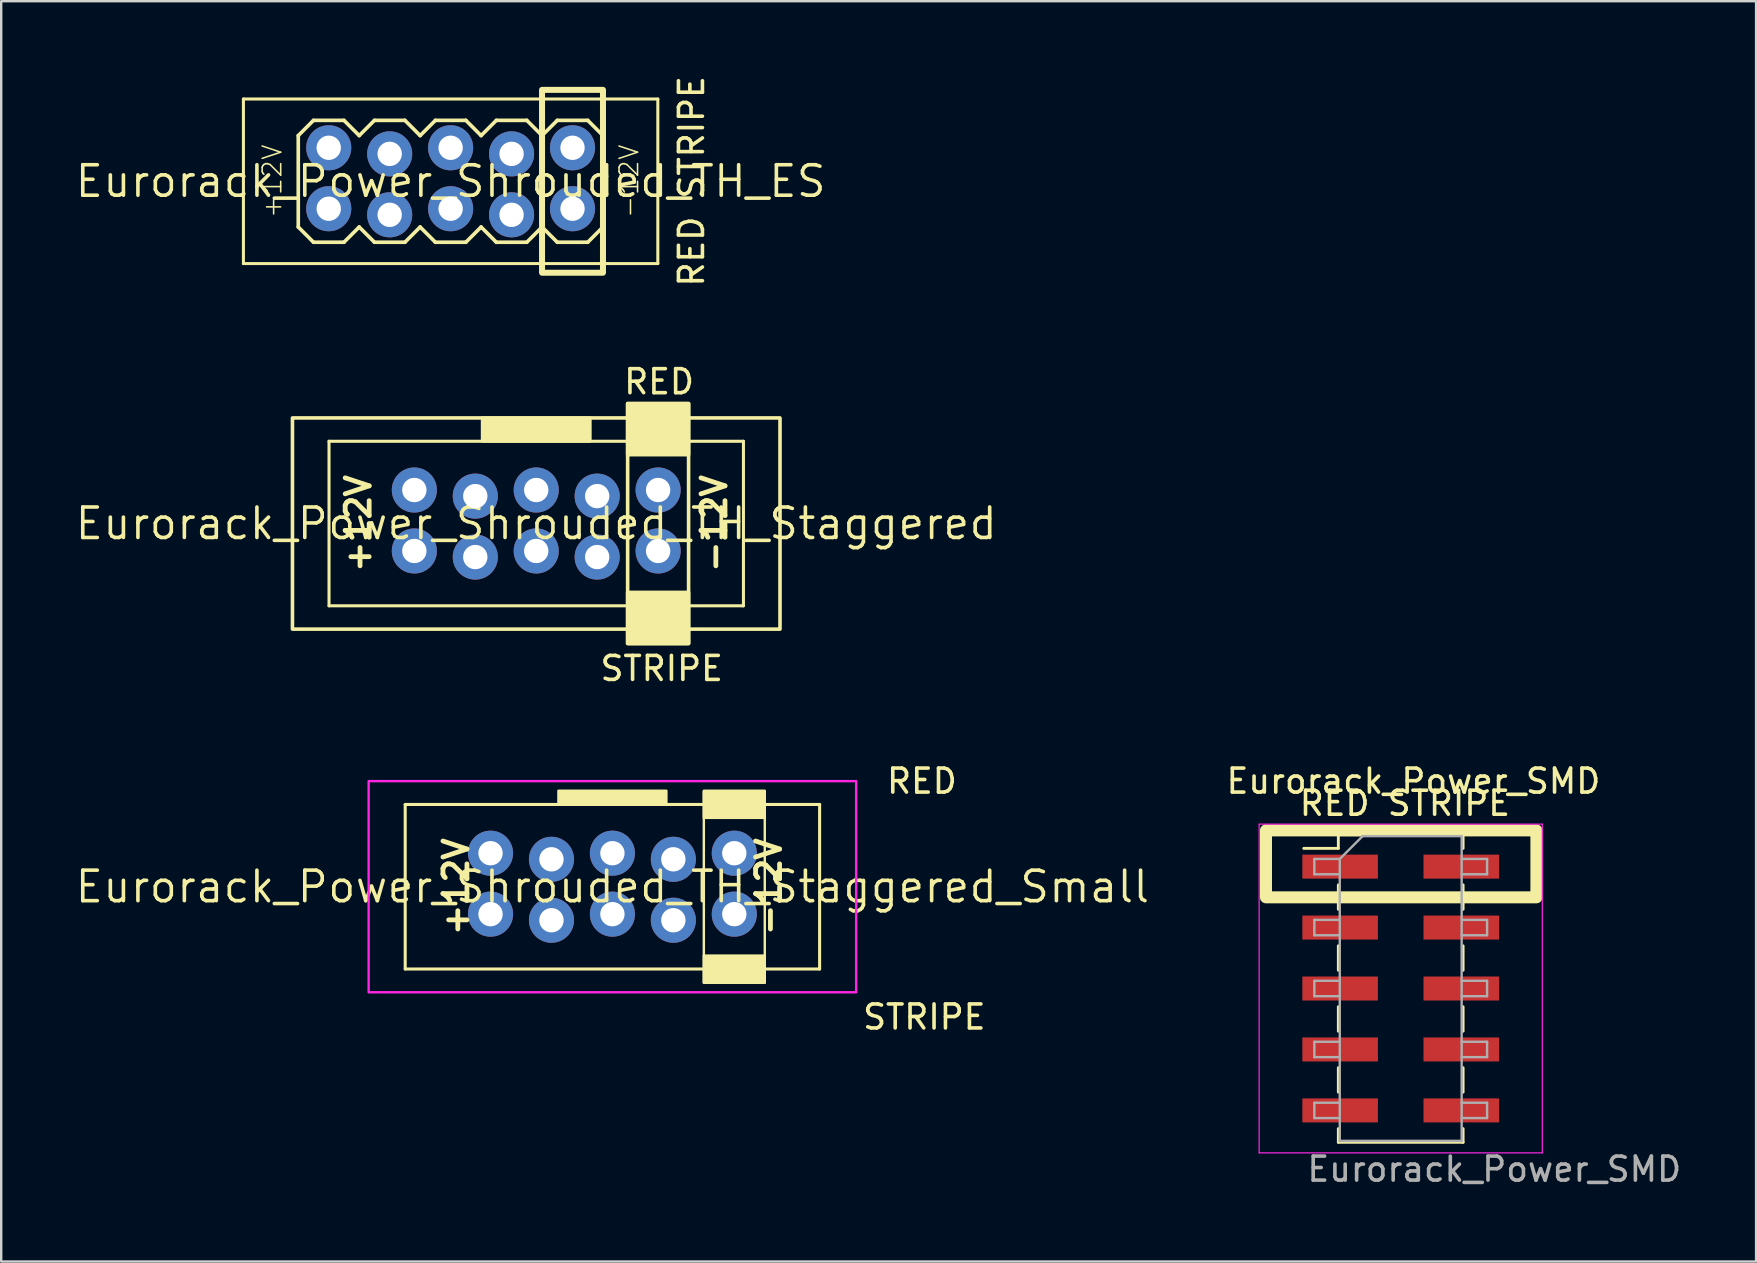
<source format=kicad_pcb>
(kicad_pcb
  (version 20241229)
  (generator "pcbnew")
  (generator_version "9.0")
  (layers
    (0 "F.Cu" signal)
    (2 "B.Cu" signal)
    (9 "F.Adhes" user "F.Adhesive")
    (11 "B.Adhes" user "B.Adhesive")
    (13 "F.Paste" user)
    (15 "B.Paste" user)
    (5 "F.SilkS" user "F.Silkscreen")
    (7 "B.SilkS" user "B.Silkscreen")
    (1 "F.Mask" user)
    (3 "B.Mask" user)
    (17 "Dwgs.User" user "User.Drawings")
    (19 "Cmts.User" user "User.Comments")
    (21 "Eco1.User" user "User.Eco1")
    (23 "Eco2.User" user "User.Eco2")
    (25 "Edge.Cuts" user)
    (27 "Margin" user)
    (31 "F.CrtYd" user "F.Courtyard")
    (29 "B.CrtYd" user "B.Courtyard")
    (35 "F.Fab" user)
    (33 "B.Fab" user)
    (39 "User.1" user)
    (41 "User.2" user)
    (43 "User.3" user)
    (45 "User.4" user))
  (footprint "Eurorack_Power_Shrouded_TH_Staggered"
    (layer "F.Cu")
    (at 19.299 18.77)
    (property "Reference" "Eurorack_Power_Shrouded_TH_Staggered" (at 0 0 0) (layer "F.SilkS") (effects (font (size 1.27 1.27) (thickness 0.15))))
    (attr through_hole)
    (fp_line (start -8.636 -3.429) (end 8.636 -3.429) (stroke (width 0.127) (type solid)) (layer "F.SilkS"))
    (fp_line (start -8.636 3.429) (end -8.636 -3.429) (stroke (width 0.127) (type solid)) (layer "F.SilkS"))
    (fp_line (start 8.636 -3.429) (end 8.636 3.429) (stroke (width 0.127) (type solid)) (layer "F.SilkS"))
    (fp_line (start 8.636 3.429) (end -8.636 3.429) (stroke (width 0.127) (type solid)) (layer "F.SilkS"))
    (fp_rect (start -10.16 -4.4) (end 10.16 4.4) (stroke (width 0.15) (type default)) (fill no) (layer "F.SilkS"))
    (fp_rect (start -2.25 -4.409) (end 2.25 -3.429) (stroke (width 0.12) (type solid)) (fill yes) (layer "F.SilkS"))
    (fp_rect (start 3.81 -5) (end 6.35 -2.87) (stroke (width 0.15) (type default)) (fill yes) (layer "F.SilkS"))
    (fp_rect (start 3.81 -5) (end 6.35 5) (stroke (width 0.15) (type default)) (fill no) (layer "F.SilkS"))
    (fp_rect (start 3.81 2.87) (end 6.35 5) (stroke (width 0.15) (type default)) (fill yes) (layer "F.SilkS"))
    (fp_text user "+12V" (at -8 0 270) (layer "F.SilkS") (effects (font (size 1 1) (thickness 0.2) (bold yes)) (justify top)))
    (fp_text user "RED" (at 5.12 -5.91 0) (layer "F.SilkS") (effects (font (size 1 1) (thickness 0.15))))
    (fp_text user "-12V" (at 8 0 270) (layer "F.SilkS") (effects (font (size 1 1) (thickness 0.2) (bold yes)) (justify bottom)))
    (fp_text user "STRIPE" (at 5.23 6.04 180) (layer "F.SilkS") (effects (font (size 1 1) (thickness 0.15))))
    (pad "1" thru_hole circle (at 5.08 -1.397) (size 1.88 1.88) (drill 1.016) (layers "*.Cu" "*.Mask"))
    (pad "2" thru_hole circle (at 5.08 1.143) (size 1.88 1.88) (drill 1.016) (layers "*.Cu" "*.Mask"))
    (pad "3" thru_hole circle (at 2.54 -1.143) (size 1.88 1.88) (drill 1.016) (layers "*.Cu" "*.Mask"))
    (pad "4" thru_hole circle (at 2.54 1.397) (size 1.88 1.88) (drill 1.016) (layers "*.Cu" "*.Mask"))
    (pad "5" thru_hole circle (at 0 -1.397) (size 1.88 1.88) (drill 1.016) (layers "*.Cu" "*.Mask"))
    (pad "6" thru_hole circle (at 0 1.143) (size 1.88 1.88) (drill 1.016) (layers "*.Cu" "*.Mask"))
    (pad "7" thru_hole circle (at -2.54 -1.143) (size 1.88 1.88) (drill 1.016) (layers "*.Cu" "*.Mask"))
    (pad "8" thru_hole circle (at -2.54 1.397) (size 1.88 1.88) (drill 1.016) (layers "*.Cu" "*.Mask"))
    (pad "9" thru_hole circle (at -5.08 -1.397) (size 1.88 1.88) (drill 1.016) (layers "*.Cu" "*.Mask"))
    (pad "10" thru_hole circle (at -5.08 1.143) (size 1.88 1.88) (drill 1.016) (layers "*.Cu" "*.Mask")))
  (footprint "Eurorack_Power_SMD"
    (layer "F.Cu")
    (at 55.329 38.149)
    (property "Reference" "Eurorack_Power_SMD" (at 0.53 -8.642 180) (layer "F.SilkS") (effects (font (size 1 1) (thickness 0.15))))
    (attr smd)
    (fp_line (start -4.04 -5.84) (end -2.6 -5.84) (stroke (width 0.12) (type solid)) (layer "F.SilkS"))
    (fp_line (start -2.6 -6.41) (end -2.6 -5.84) (stroke (width 0.12) (type solid)) (layer "F.SilkS"))
    (fp_line (start -2.6 -6.41) (end 2.6 -6.41) (stroke (width 0.12) (type solid)) (layer "F.SilkS"))
    (fp_line (start -2.6 -4.32) (end -2.6 -3.3) (stroke (width 0.12) (type solid)) (layer "F.SilkS"))
    (fp_line (start -2.6 -1.78) (end -2.6 -0.76) (stroke (width 0.12) (type solid)) (layer "F.SilkS"))
    (fp_line (start -2.6 0.76) (end -2.6 1.78) (stroke (width 0.12) (type solid)) (layer "F.SilkS"))
    (fp_line (start -2.6 3.3) (end -2.6 4.32) (stroke (width 0.12) (type solid)) (layer "F.SilkS"))
    (fp_line (start -2.6 5.84) (end -2.6 6.41) (stroke (width 0.12) (type solid)) (layer "F.SilkS"))
    (fp_line (start -2.6 6.41) (end 2.6 6.41) (stroke (width 0.12) (type solid)) (layer "F.SilkS"))
    (fp_line (start 2.6 -6.41) (end 2.6 -5.84) (stroke (width 0.12) (type solid)) (layer "F.SilkS"))
    (fp_line (start 2.6 -4.32) (end 2.6 -3.3) (stroke (width 0.12) (type solid)) (layer "F.SilkS"))
    (fp_line (start 2.6 -1.78) (end 2.6 -0.76) (stroke (width 0.12) (type solid)) (layer "F.SilkS"))
    (fp_line (start 2.6 0.76) (end 2.6 1.78) (stroke (width 0.12) (type solid)) (layer "F.SilkS"))
    (fp_line (start 2.6 3.3) (end 2.6 4.32) (stroke (width 0.12) (type solid)) (layer "F.SilkS"))
    (fp_line (start 2.6 5.84) (end 2.6 6.41) (stroke (width 0.12) (type solid)) (layer "F.SilkS"))
    (fp_rect (start -5.615 -6.59) (end 5.655 -3.8) (stroke (width 0.5) (type solid)) (fill no) (layer "F.SilkS"))
    (fp_line (start -5.9 -6.85) (end -5.9 6.85) (stroke (width 0.05) (type solid)) (layer "F.CrtYd"))
    (fp_line (start -5.9 6.85) (end 5.9 6.85) (stroke (width 0.05) (type solid)) (layer "F.CrtYd"))
    (fp_line (start 5.9 -6.85) (end -5.9 -6.85) (stroke (width 0.05) (type solid)) (layer "F.CrtYd"))
    (fp_line (start 5.9 6.85) (end 5.9 -6.85) (stroke (width 0.05) (type solid)) (layer "F.CrtYd"))
    (fp_line (start -3.6 -5.4) (end -3.6 -4.76) (stroke (width 0.1) (type solid)) (layer "F.Fab"))
    (fp_line (start -3.6 -4.76) (end -2.54 -4.76) (stroke (width 0.1) (type solid)) (layer "F.Fab"))
    (fp_line (start -3.6 -2.86) (end -3.6 -2.22) (stroke (width 0.1) (type solid)) (layer "F.Fab"))
    (fp_line (start -3.6 -2.22) (end -2.54 -2.22) (stroke (width 0.1) (type solid)) (layer "F.Fab"))
    (fp_line (start -3.6 -0.32) (end -3.6 0.32) (stroke (width 0.1) (type solid)) (layer "F.Fab"))
    (fp_line (start -3.6 0.32) (end -2.54 0.32) (stroke (width 0.1) (type solid)) (layer "F.Fab"))
    (fp_line (start -3.6 2.22) (end -3.6 2.86) (stroke (width 0.1) (type solid)) (layer "F.Fab"))
    (fp_line (start -3.6 2.86) (end -2.54 2.86) (stroke (width 0.1) (type solid)) (layer "F.Fab"))
    (fp_line (start -3.6 4.76) (end -3.6 5.4) (stroke (width 0.1) (type solid)) (layer "F.Fab"))
    (fp_line (start -3.6 5.4) (end -2.54 5.4) (stroke (width 0.1) (type solid)) (layer "F.Fab"))
    (fp_line (start -2.54 -5.4) (end -3.6 -5.4) (stroke (width 0.1) (type solid)) (layer "F.Fab"))
    (fp_line (start -2.54 -5.4) (end -1.59 -6.35) (stroke (width 0.1) (type solid)) (layer "F.Fab"))
    (fp_line (start -2.54 -2.86) (end -3.6 -2.86) (stroke (width 0.1) (type solid)) (layer "F.Fab"))
    (fp_line (start -2.54 -0.32) (end -3.6 -0.32) (stroke (width 0.1) (type solid)) (layer "F.Fab"))
    (fp_line (start -2.54 2.22) (end -3.6 2.22) (stroke (width 0.1) (type solid)) (layer "F.Fab"))
    (fp_line (start -2.54 4.76) (end -3.6 4.76) (stroke (width 0.1) (type solid)) (layer "F.Fab"))
    (fp_line (start -2.54 6.35) (end -2.54 -5.4) (stroke (width 0.1) (type solid)) (layer "F.Fab"))
    (fp_line (start -1.59 -6.35) (end 2.54 -6.35) (stroke (width 0.1) (type solid)) (layer "F.Fab"))
    (fp_line (start 2.54 -6.35) (end 2.54 6.35) (stroke (width 0.1) (type solid)) (layer "F.Fab"))
    (fp_line (start 2.54 -5.4) (end 3.6 -5.4) (stroke (width 0.1) (type solid)) (layer "F.Fab"))
    (fp_line (start 2.54 -2.86) (end 3.6 -2.86) (stroke (width 0.1) (type solid)) (layer "F.Fab"))
    (fp_line (start 2.54 -0.32) (end 3.6 -0.32) (stroke (width 0.1) (type solid)) (layer "F.Fab"))
    (fp_line (start 2.54 2.22) (end 3.6 2.22) (stroke (width 0.1) (type solid)) (layer "F.Fab"))
    (fp_line (start 2.54 4.76) (end 3.6 4.76) (stroke (width 0.1) (type solid)) (layer "F.Fab"))
    (fp_line (start 2.54 6.35) (end -2.54 6.35) (stroke (width 0.1) (type solid)) (layer "F.Fab"))
    (fp_line (start 3.6 -5.4) (end 3.6 -4.76) (stroke (width 0.1) (type solid)) (layer "F.Fab"))
    (fp_line (start 3.6 -4.76) (end 2.54 -4.76) (stroke (width 0.1) (type solid)) (layer "F.Fab"))
    (fp_line (start 3.6 -2.86) (end 3.6 -2.22) (stroke (width 0.1) (type solid)) (layer "F.Fab"))
    (fp_line (start 3.6 -2.22) (end 2.54 -2.22) (stroke (width 0.1) (type solid)) (layer "F.Fab"))
    (fp_line (start 3.6 -0.32) (end 3.6 0.32) (stroke (width 0.1) (type solid)) (layer "F.Fab"))
    (fp_line (start 3.6 0.32) (end 2.54 0.32) (stroke (width 0.1) (type solid)) (layer "F.Fab"))
    (fp_line (start 3.6 2.22) (end 3.6 2.86) (stroke (width 0.1) (type solid)) (layer "F.Fab"))
    (fp_line (start 3.6 2.86) (end 2.54 2.86) (stroke (width 0.1) (type solid)) (layer "F.Fab"))
    (fp_line (start 3.6 4.76) (end 3.6 5.4) (stroke (width 0.1) (type solid)) (layer "F.Fab"))
    (fp_line (start 3.6 5.4) (end 2.54 5.4) (stroke (width 0.1) (type solid)) (layer "F.Fab"))
    (fp_text user "RED STRIPE" (at 0.175 -7.72 180) (layer "F.SilkS") (effects (font (size 1 1) (thickness 0.15))))
    (fp_text user "${REFERENCE}" (at 3.9 7.53 0) (layer "F.Fab") (effects (font (size 1 1) (thickness 0.15))))
    (pad "1" smd rect (at -2.525 -5.08) (size 3.15 1) (layers "F.Cu" "F.Mask" "F.Paste"))
    (pad "2" smd rect (at 2.525 -5.08) (size 3.15 1) (layers "F.Cu" "F.Mask" "F.Paste"))
    (pad "3" smd rect (at -2.525 -2.54) (size 3.15 1) (layers "F.Cu" "F.Mask" "F.Paste"))
    (pad "4" smd rect (at 2.525 -2.54) (size 3.15 1) (layers "F.Cu" "F.Mask" "F.Paste"))
    (pad "5" smd rect (at -2.525 0) (size 3.15 1) (layers "F.Cu" "F.Mask" "F.Paste"))
    (pad "6" smd rect (at 2.525 0) (size 3.15 1) (layers "F.Cu" "F.Mask" "F.Paste"))
    (pad "7" smd rect (at -2.525 2.54) (size 3.15 1) (layers "F.Cu" "F.Mask" "F.Paste"))
    (pad "8" smd rect (at 2.525 2.54) (size 3.15 1) (layers "F.Cu" "F.Mask" "F.Paste"))
    (pad "9" smd rect (at -2.525 5.08) (size 3.15 1) (layers "F.Cu" "F.Mask" "F.Paste"))
    (pad "10" smd rect (at 2.525 5.08) (size 3.15 1) (layers "F.Cu" "F.Mask" "F.Paste")))
  (footprint "Eurorack_Power_Shrouded_TH_ES"
    (layer "F.Cu")
    (at 15.731 4.506)
    (property "Reference" "Eurorack_Power_Shrouded_TH_ES" (at 0 0 0) (layer "F.SilkS") (effects (font (size 1.27 1.27) (thickness 0.15))))
    (attr through_hole)
    (fp_line (start -8.636 -3.429) (end 8.636 -3.429) (stroke (width 0.127) (type solid)) (layer "F.SilkS"))
    (fp_line (start -8.636 3.429) (end -8.636 -3.429) (stroke (width 0.127) (type solid)) (layer "F.SilkS"))
    (fp_line (start -6.35 -1.905) (end -6.35 1.905) (stroke (width 0.152) (type solid)) (layer "F.SilkS"))
    (fp_line (start -6.35 1.905) (end -5.715 2.54) (stroke (width 0.152) (type solid)) (layer "F.SilkS"))
    (fp_line (start -5.715 -2.54) (end -6.35 -1.905) (stroke (width 0.152) (type solid)) (layer "F.SilkS"))
    (fp_line (start -5.715 -2.54) (end -4.445 -2.54) (stroke (width 0.152) (type solid)) (layer "F.SilkS"))
    (fp_line (start -4.445 -2.54) (end -3.81 -1.905) (stroke (width 0.152) (type solid)) (layer "F.SilkS"))
    (fp_line (start -4.445 2.54) (end -5.715 2.54) (stroke (width 0.152) (type solid)) (layer "F.SilkS"))
    (fp_line (start -3.81 -1.905) (end -3.175 -2.54) (stroke (width 0.152) (type solid)) (layer "F.SilkS"))
    (fp_line (start -3.81 1.905) (end -4.445 2.54) (stroke (width 0.152) (type solid)) (layer "F.SilkS"))
    (fp_line (start -3.175 -2.54) (end -1.905 -2.54) (stroke (width 0.152) (type solid)) (layer "F.SilkS"))
    (fp_line (start -3.175 2.54) (end -3.81 1.905) (stroke (width 0.152) (type solid)) (layer "F.SilkS"))
    (fp_line (start -1.905 -2.54) (end -1.27 -1.905) (stroke (width 0.152) (type solid)) (layer "F.SilkS"))
    (fp_line (start -1.905 2.54) (end -3.175 2.54) (stroke (width 0.152) (type solid)) (layer "F.SilkS"))
    (fp_line (start -1.27 -1.905) (end -0.635 -2.54) (stroke (width 0.152) (type solid)) (layer "F.SilkS"))
    (fp_line (start -1.27 1.905) (end -1.905 2.54) (stroke (width 0.152) (type solid)) (layer "F.SilkS"))
    (fp_line (start -0.635 -2.54) (end 0.635 -2.54) (stroke (width 0.152) (type solid)) (layer "F.SilkS"))
    (fp_line (start -0.635 2.54) (end -1.27 1.905) (stroke (width 0.152) (type solid)) (layer "F.SilkS"))
    (fp_line (start 0.635 -2.54) (end 1.27 -1.905) (stroke (width 0.152) (type solid)) (layer "F.SilkS"))
    (fp_line (start 0.635 2.54) (end -0.635 2.54) (stroke (width 0.152) (type solid)) (layer "F.SilkS"))
    (fp_line (start 1.27 1.905) (end 0.635 2.54) (stroke (width 0.152) (type solid)) (layer "F.SilkS"))
    (fp_line (start 1.27 1.905) (end 1.905 2.54) (stroke (width 0.152) (type solid)) (layer "F.SilkS"))
    (fp_line (start 1.905 -2.54) (end 1.27 -1.905) (stroke (width 0.152) (type solid)) (layer "F.SilkS"))
    (fp_line (start 1.905 -2.54) (end 3.175 -2.54) (stroke (width 0.152) (type solid)) (layer "F.SilkS"))
    (fp_line (start 3.175 -2.54) (end 3.81 -1.905) (stroke (width 0.152) (type solid)) (layer "F.SilkS"))
    (fp_line (start 3.175 2.54) (end 1.905 2.54) (stroke (width 0.152) (type solid)) (layer "F.SilkS"))
    (fp_line (start 3.81 -1.905) (end 4.445 -2.54) (stroke (width 0.152) (type solid)) (layer "F.SilkS"))
    (fp_line (start 3.81 1.905) (end 3.175 2.54) (stroke (width 0.152) (type solid)) (layer "F.SilkS"))
    (fp_line (start 4.445 -2.54) (end 5.715 -2.54) (stroke (width 0.152) (type solid)) (layer "F.SilkS"))
    (fp_line (start 4.445 2.54) (end 3.81 1.905) (stroke (width 0.152) (type solid)) (layer "F.SilkS"))
    (fp_line (start 5.715 -2.54) (end 6.35 -1.905) (stroke (width 0.152) (type solid)) (layer "F.SilkS"))
    (fp_line (start 5.715 2.54) (end 4.445 2.54) (stroke (width 0.152) (type solid)) (layer "F.SilkS"))
    (fp_line (start 6.35 -1.905) (end 6.35 1.905) (stroke (width 0.152) (type solid)) (layer "F.SilkS"))
    (fp_line (start 6.35 1.905) (end 5.715 2.54) (stroke (width 0.152) (type solid)) (layer "F.SilkS"))
    (fp_line (start 8.636 -3.429) (end 8.636 3.429) (stroke (width 0.127) (type solid)) (layer "F.SilkS"))
    (fp_line (start 8.636 3.429) (end -8.636 3.429) (stroke (width 0.127) (type solid)) (layer "F.SilkS"))
    (fp_poly (pts (xy 3.81 3.81) (xy 6.35 3.81) (xy 6.35 -3.81) (xy 3.81 -3.81)) (stroke (width 0.25) (type solid)) (fill no) (layer "F.SilkS"))
    (fp_text user "RED STRIPE" (at 10.04 0 90) (layer "F.SilkS") (effects (font (size 1 1) (thickness 0.15))))
    (fp_text user "-12V" (at 6.985 0 90) (layer "F.SilkS") (effects (font (size 0.772 0.772) (thickness 0.065)) (justify top)))
    (fp_text user "+12V" (at -6.985 0 90) (layer "F.SilkS") (effects (font (size 0.772 0.772) (thickness 0.065)) (justify bottom)))
    (pad "1" thru_hole circle (at 5.08 -1.397) (size 1.88 1.88) (drill 1.016) (layers "*.Cu" "*.Mask"))
    (pad "2" thru_hole circle (at 5.08 1.143) (size 1.88 1.88) (drill 1.016) (layers "*.Cu" "*.Mask"))
    (pad "3" thru_hole circle (at 2.54 -1.143) (size 1.88 1.88) (drill 1.016) (layers "*.Cu" "*.Mask"))
    (pad "4" thru_hole circle (at 2.54 1.397) (size 1.88 1.88) (drill 1.016) (layers "*.Cu" "*.Mask"))
    (pad "5" thru_hole circle (at 0 -1.397) (size 1.88 1.88) (drill 1.016) (layers "*.Cu" "*.Mask"))
    (pad "6" thru_hole circle (at 0 1.143) (size 1.88 1.88) (drill 1.016) (layers "*.Cu" "*.Mask"))
    (pad "7" thru_hole circle (at -2.54 -1.143) (size 1.88 1.88) (drill 1.016) (layers "*.Cu" "*.Mask"))
    (pad "8" thru_hole circle (at -2.54 1.397) (size 1.88 1.88) (drill 1.016) (layers "*.Cu" "*.Mask"))
    (pad "9" thru_hole circle (at -5.08 -1.397) (size 1.88 1.88) (drill 1.016) (layers "*.Cu" "*.Mask"))
    (pad "10" thru_hole circle (at -5.08 1.143) (size 1.88 1.88) (drill 1.016) (layers "*.Cu" "*.Mask")))
  (footprint "Eurorack_Power_Shrouded_TH_Staggered_Small"
    (layer "F.Cu")
    (at 22.474 33.907)
    (property "Reference" "Eurorack_Power_Shrouded_TH_Staggered_Small" (at 0 0 0) (layer "F.SilkS") (effects (font (size 1.27 1.27) (thickness 0.15))))
    (attr through_hole)
    (fp_line (start -8.636 -3.429) (end 8.636 -3.429) (stroke (width 0.127) (type solid)) (layer "F.SilkS"))
    (fp_line (start -8.636 3.429) (end -8.636 -3.429) (stroke (width 0.127) (type solid)) (layer "F.SilkS"))
    (fp_line (start 8.636 -3.429) (end 8.636 3.429) (stroke (width 0.127) (type solid)) (layer "F.SilkS"))
    (fp_line (start 8.636 3.429) (end -8.636 3.429) (stroke (width 0.127) (type solid)) (layer "F.SilkS"))
    (fp_rect (start -2.25 -4) (end 2.25 -3.429) (stroke (width 0.1) (type solid)) (fill yes) (layer "F.SilkS"))
    (fp_rect (start 3.81 -4) (end 6.35 -2.87) (stroke (width 0.1) (type default)) (fill yes) (layer "F.SilkS"))
    (fp_rect (start 3.81 -3.97) (end 6.35 4) (stroke (width 0.1) (type default)) (fill no) (layer "F.SilkS"))
    (fp_rect (start 3.81 2.87) (end 6.35 4) (stroke (width 0.1) (type default)) (fill yes) (layer "F.SilkS"))
    (fp_rect (start -10.16 -4.4) (end 10.16 4.4) (stroke (width 0.1) (type default)) (fill no) (layer "F.CrtYd"))
    (fp_text user "-12V" (at 7.1 0 270) (layer "F.SilkS") (effects (font (size 1 1) (thickness 0.2) (bold yes)) (justify bottom)))
    (fp_text user "+12V" (at -7.1 0 270) (layer "F.SilkS") (effects (font (size 1 1) (thickness 0.2) (bold yes)) (justify top)))
    (fp_text user "STRIPE" (at 13 5.43 180) (layer "F.SilkS") (effects (font (size 1 1) (thickness 0.15))))
    (fp_text user "RED" (at 12.9 -4.4 0) (layer "F.SilkS") (effects (font (size 1 1) (thickness 0.15))))
    (pad "1" thru_hole circle (at 5.08 -1.397) (size 1.88 1.88) (drill 1.016) (layers "*.Cu" "*.Mask"))
    (pad "2" thru_hole circle (at 5.08 1.143) (size 1.88 1.88) (drill 1.016) (layers "*.Cu" "*.Mask"))
    (pad "3" thru_hole circle (at 2.54 -1.143) (size 1.88 1.88) (drill 1.016) (layers "*.Cu" "*.Mask"))
    (pad "4" thru_hole circle (at 2.54 1.397) (size 1.88 1.88) (drill 1.016) (layers "*.Cu" "*.Mask"))
    (pad "5" thru_hole circle (at 0 -1.397) (size 1.88 1.88) (drill 1.016) (layers "*.Cu" "*.Mask"))
    (pad "6" thru_hole circle (at 0 1.143) (size 1.88 1.88) (drill 1.016) (layers "*.Cu" "*.Mask"))
    (pad "7" thru_hole circle (at -2.54 -1.143) (size 1.88 1.88) (drill 1.016) (layers "*.Cu" "*.Mask"))
    (pad "8" thru_hole circle (at -2.54 1.397) (size 1.88 1.88) (drill 1.016) (layers "*.Cu" "*.Mask"))
    (pad "9" thru_hole circle (at -5.08 -1.397) (size 1.88 1.88) (drill 1.016) (layers "*.Cu" "*.Mask"))
    (pad "10" thru_hole circle (at -5.08 1.143) (size 1.88 1.88) (drill 1.016) (layers "*.Cu" "*.Mask")))
  (gr_rect
    (start -3 -3)
    (end 70.14 49.527)
    (stroke (width 0.1) (type default))
    (fill no)
    (layer "Edge.Cuts")))
</source>
